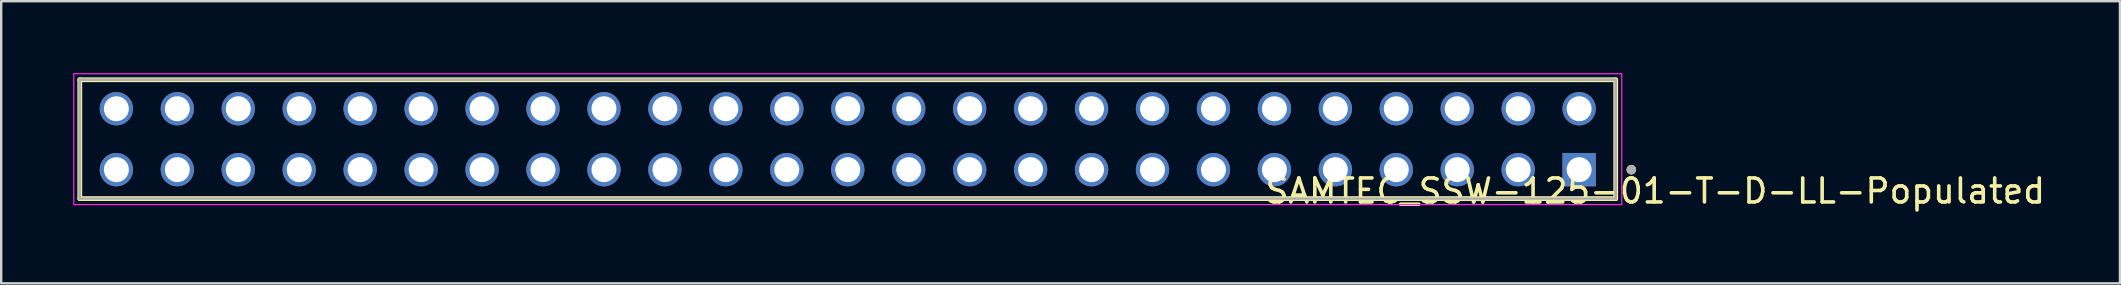
<source format=kicad_pcb>
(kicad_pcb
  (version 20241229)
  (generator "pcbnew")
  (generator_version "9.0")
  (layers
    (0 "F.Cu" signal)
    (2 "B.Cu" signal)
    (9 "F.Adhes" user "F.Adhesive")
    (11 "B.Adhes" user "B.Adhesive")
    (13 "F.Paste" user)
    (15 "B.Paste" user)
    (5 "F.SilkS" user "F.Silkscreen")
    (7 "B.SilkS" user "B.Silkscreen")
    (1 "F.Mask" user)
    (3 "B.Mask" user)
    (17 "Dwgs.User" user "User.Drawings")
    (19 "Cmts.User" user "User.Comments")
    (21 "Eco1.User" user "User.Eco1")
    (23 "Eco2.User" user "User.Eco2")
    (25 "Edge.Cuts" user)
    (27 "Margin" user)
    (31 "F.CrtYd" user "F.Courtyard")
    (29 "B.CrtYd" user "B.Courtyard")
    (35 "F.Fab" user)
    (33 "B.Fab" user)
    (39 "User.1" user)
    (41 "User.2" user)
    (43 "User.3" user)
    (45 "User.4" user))
  (footprint "SAMTEC_SSW-125-01-T-D-LL-Populated"
    (layer "F.Cu")
    (at 62.76 4.021)
    (property "Reference" "SAMTEC_SSW-125-01-T-D-LL-Populated" (at 3.175 0.889 0) (layer "F.SilkS") (effects (font (size 1 1) (thickness 0.15))))
    (attr through_hole)
    (fp_line (start -62.485 1.206) (end -62.485 -3.747) (stroke (width 0.2) (type solid)) (layer "F.SilkS"))
    (fp_line (start 1.525 -3.747) (end -62.485 -3.747) (stroke (width 0.2) (type solid)) (layer "F.SilkS"))
    (fp_line (start 1.525 -3.747) (end 1.525 1.206) (stroke (width 0.2) (type solid)) (layer "F.SilkS"))
    (fp_line (start 1.525 1.206) (end -62.485 1.206) (stroke (width 0.2) (type solid)) (layer "F.SilkS"))
    (fp_circle (center 2.175 0) (end 2.275 0) (stroke (width 0.2) (type solid)) (fill no) (layer "F.SilkS"))
    (fp_line (start -62.735 -3.997) (end 1.775 -3.997) (stroke (width 0.05) (type solid)) (layer "F.CrtYd"))
    (fp_line (start -62.735 1.456) (end -62.735 -3.997) (stroke (width 0.05) (type solid)) (layer "F.CrtYd"))
    (fp_line (start 1.775 -3.997) (end 1.775 1.456) (stroke (width 0.05) (type solid)) (layer "F.CrtYd"))
    (fp_line (start 1.775 1.456) (end -62.735 1.456) (stroke (width 0.05) (type solid)) (layer "F.CrtYd"))
    (fp_line (start -62.485 -3.747) (end 1.525 -3.747) (stroke (width 0.1) (type solid)) (layer "F.Fab"))
    (fp_line (start -62.485 -3.747) (end 1.525 -3.747) (stroke (width 0.1) (type solid)) (layer "F.Fab"))
    (fp_line (start -62.485 1.206) (end -62.485 -3.747) (stroke (width 0.1) (type solid)) (layer "F.Fab"))
    (fp_line (start -62.485 1.206) (end -62.485 -3.747) (stroke (width 0.1) (type solid)) (layer "F.Fab"))
    (fp_line (start 1.525 -3.747) (end 1.525 1.206) (stroke (width 0.1) (type solid)) (layer "F.Fab"))
    (fp_line (start 1.525 -3.747) (end 1.525 1.206) (stroke (width 0.1) (type solid)) (layer "F.Fab"))
    (fp_line (start 1.525 1.206) (end -62.485 1.206) (stroke (width 0.1) (type solid)) (layer "F.Fab"))
    (fp_circle (center 2.175 0) (end 2.275 0) (stroke (width 0.2) (type solid)) (fill no) (layer "F.Fab"))
    (pad "01" thru_hole rect (at 0 0) (size 1.39 1.39) (drill 1.04) (layers "*.Cu" "*.Mask"))
    (pad "02" thru_hole circle (at 0 -2.54) (size 1.39 1.39) (drill 1.04) (layers "*.Cu" "*.Mask"))
    (pad "03" thru_hole circle (at -2.54 0) (size 1.39 1.39) (drill 1.04) (layers "*.Cu" "*.Mask"))
    (pad "04" thru_hole circle (at -2.54 -2.54) (size 1.39 1.39) (drill 1.04) (layers "*.Cu" "*.Mask"))
    (pad "05" thru_hole circle (at -5.08 0) (size 1.39 1.39) (drill 1.04) (layers "*.Cu" "*.Mask"))
    (pad "06" thru_hole circle (at -5.08 -2.54) (size 1.39 1.39) (drill 1.04) (layers "*.Cu" "*.Mask"))
    (pad "07" thru_hole circle (at -7.62 0) (size 1.39 1.39) (drill 1.04) (layers "*.Cu" "*.Mask"))
    (pad "08" thru_hole circle (at -7.62 -2.54) (size 1.39 1.39) (drill 1.04) (layers "*.Cu" "*.Mask"))
    (pad "09" thru_hole circle (at -10.16 0) (size 1.39 1.39) (drill 1.04) (layers "*.Cu" "*.Mask"))
    (pad "10" thru_hole circle (at -10.16 -2.54) (size 1.39 1.39) (drill 1.04) (layers "*.Cu" "*.Mask"))
    (pad "11" thru_hole circle (at -12.7 0) (size 1.39 1.39) (drill 1.04) (layers "*.Cu" "*.Mask"))
    (pad "12" thru_hole circle (at -12.7 -2.54) (size 1.39 1.39) (drill 1.04) (layers "*.Cu" "*.Mask"))
    (pad "13" thru_hole circle (at -15.24 0) (size 1.39 1.39) (drill 1.04) (layers "*.Cu" "*.Mask"))
    (pad "14" thru_hole circle (at -15.24 -2.54) (size 1.39 1.39) (drill 1.04) (layers "*.Cu" "*.Mask"))
    (pad "15" thru_hole circle (at -17.78 0) (size 1.39 1.39) (drill 1.04) (layers "*.Cu" "*.Mask"))
    (pad "16" thru_hole circle (at -17.78 -2.54) (size 1.39 1.39) (drill 1.04) (layers "*.Cu" "*.Mask"))
    (pad "17" thru_hole circle (at -20.32 0) (size 1.39 1.39) (drill 1.04) (layers "*.Cu" "*.Mask"))
    (pad "18" thru_hole circle (at -20.32 -2.54) (size 1.39 1.39) (drill 1.04) (layers "*.Cu" "*.Mask"))
    (pad "19" thru_hole circle (at -22.86 0) (size 1.39 1.39) (drill 1.04) (layers "*.Cu" "*.Mask"))
    (pad "20" thru_hole circle (at -22.86 -2.54) (size 1.39 1.39) (drill 1.04) (layers "*.Cu" "*.Mask"))
    (pad "21" thru_hole circle (at -25.4 0) (size 1.39 1.39) (drill 1.04) (layers "*.Cu" "*.Mask"))
    (pad "22" thru_hole circle (at -25.4 -2.54) (size 1.39 1.39) (drill 1.04) (layers "*.Cu" "*.Mask"))
    (pad "23" thru_hole circle (at -27.94 0) (size 1.39 1.39) (drill 1.04) (layers "*.Cu" "*.Mask"))
    (pad "24" thru_hole circle (at -27.94 -2.54) (size 1.39 1.39) (drill 1.04) (layers "*.Cu" "*.Mask"))
    (pad "25" thru_hole circle (at -30.48 0) (size 1.39 1.39) (drill 1.04) (layers "*.Cu" "*.Mask"))
    (pad "26" thru_hole circle (at -30.48 -2.54) (size 1.39 1.39) (drill 1.04) (layers "*.Cu" "*.Mask"))
    (pad "27" thru_hole circle (at -33.02 0) (size 1.39 1.39) (drill 1.04) (layers "*.Cu" "*.Mask"))
    (pad "28" thru_hole circle (at -33.02 -2.54) (size 1.39 1.39) (drill 1.04) (layers "*.Cu" "*.Mask"))
    (pad "29" thru_hole circle (at -35.56 0) (size 1.39 1.39) (drill 1.04) (layers "*.Cu" "*.Mask"))
    (pad "30" thru_hole circle (at -35.56 -2.54) (size 1.39 1.39) (drill 1.04) (layers "*.Cu" "*.Mask"))
    (pad "31" thru_hole circle (at -38.1 0) (size 1.39 1.39) (drill 1.04) (layers "*.Cu" "*.Mask"))
    (pad "32" thru_hole circle (at -38.1 -2.54) (size 1.39 1.39) (drill 1.04) (layers "*.Cu" "*.Mask"))
    (pad "33" thru_hole circle (at -40.64 0) (size 1.39 1.39) (drill 1.04) (layers "*.Cu" "*.Mask"))
    (pad "34" thru_hole circle (at -40.64 -2.54) (size 1.39 1.39) (drill 1.04) (layers "*.Cu" "*.Mask"))
    (pad "35" thru_hole circle (at -43.18 0) (size 1.39 1.39) (drill 1.04) (layers "*.Cu" "*.Mask"))
    (pad "36" thru_hole circle (at -43.18 -2.54) (size 1.39 1.39) (drill 1.04) (layers "*.Cu" "*.Mask"))
    (pad "37" thru_hole circle (at -45.72 0) (size 1.39 1.39) (drill 1.04) (layers "*.Cu" "*.Mask"))
    (pad "38" thru_hole circle (at -45.72 -2.54) (size 1.39 1.39) (drill 1.04) (layers "*.Cu" "*.Mask"))
    (pad "39" thru_hole circle (at -48.26 0) (size 1.39 1.39) (drill 1.04) (layers "*.Cu" "*.Mask"))
    (pad "40" thru_hole circle (at -48.26 -2.54) (size 1.39 1.39) (drill 1.04) (layers "*.Cu" "*.Mask"))
    (pad "41" thru_hole circle (at -50.8 0) (size 1.39 1.39) (drill 1.04) (layers "*.Cu" "*.Mask"))
    (pad "42" thru_hole circle (at -50.8 -2.54) (size 1.39 1.39) (drill 1.04) (layers "*.Cu" "*.Mask"))
    (pad "43" thru_hole circle (at -53.34 0) (size 1.39 1.39) (drill 1.04) (layers "*.Cu" "*.Mask"))
    (pad "44" thru_hole circle (at -53.34 -2.54) (size 1.39 1.39) (drill 1.04) (layers "*.Cu" "*.Mask"))
    (pad "45" thru_hole circle (at -55.88 0) (size 1.39 1.39) (drill 1.04) (layers "*.Cu" "*.Mask"))
    (pad "46" thru_hole circle (at -55.88 -2.54) (size 1.39 1.39) (drill 1.04) (layers "*.Cu" "*.Mask"))
    (pad "47" thru_hole circle (at -58.42 0) (size 1.39 1.39) (drill 1.04) (layers "*.Cu" "*.Mask"))
    (pad "48" thru_hole circle (at -58.42 -2.54) (size 1.39 1.39) (drill 1.04) (layers "*.Cu" "*.Mask"))
    (pad "49" thru_hole circle (at -60.96 0) (size 1.39 1.39) (drill 1.04) (layers "*.Cu" "*.Mask"))
    (pad "50" thru_hole circle (at -60.96 -2.54) (size 1.39 1.39) (drill 1.04) (layers "*.Cu" "*.Mask")))
  (gr_rect
    (start -3 -3)
    (end 85.298 8.759)
    (stroke (width 0.1) (type default))
    (fill no)
    (layer "Edge.Cuts")))
</source>
